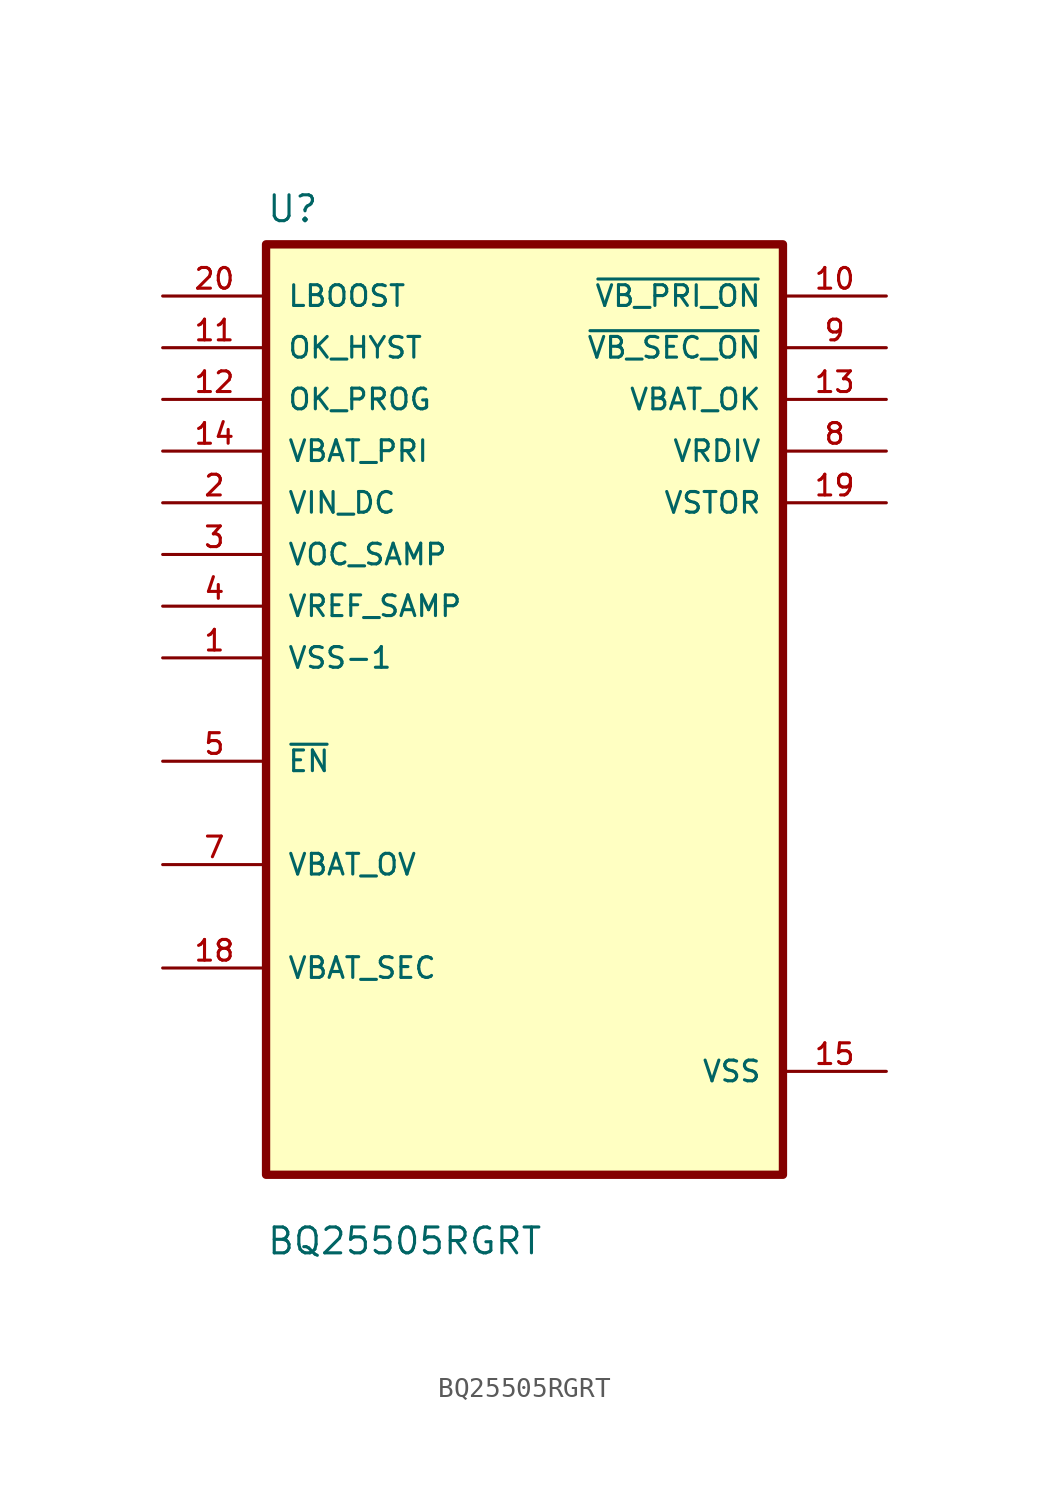
<source format=kicad_sym>
(kicad_symbol_lib
  (version 20211014)
  (generator kicad_symbol_editor)
  (symbol "BQ25505RGRT"
    (pin_names
      (offset 1.016))
    (property "Reference" "U"
      (at -12.7 23.86 0.0)
      (effects (font (size 1.27 1.27)) (justify bottom left)))
    (property "Value" "BQ25505RGRT"
      (at -12.7 -26.86 0.0)
      (effects (font (size 1.27 1.27)) (justify bottom left)))
    (symbol "BQ25505RGRT_0_0"
      (rectangle (start -12.7 -22.86) (end 12.7 22.86) (stroke (width 0.41)) (fill (type background)))
      (pin input line (at -17.78 20.32 0) (length 5.08) (name "LBOOST" (effects (font (size 1.016 1.016)))) (number "20" (effects (font (size 1.016 1.016)))))
      (pin input line (at -17.78 17.78 0) (length 5.08) (name "OK_HYST" (effects (font (size 1.016 1.016)))) (number "11" (effects (font (size 1.016 1.016)))))
      (pin input line (at -17.78 15.24 0) (length 5.08) (name "OK_PROG" (effects (font (size 1.016 1.016)))) (number "12" (effects (font (size 1.016 1.016)))))
      (pin input line (at -17.78 12.7 0) (length 5.08) (name "VBAT_PRI" (effects (font (size 1.016 1.016)))) (number "14" (effects (font (size 1.016 1.016)))))
      (pin input line (at -17.78 10.16 0) (length 5.08) (name "VIN_DC" (effects (font (size 1.016 1.016)))) (number "2" (effects (font (size 1.016 1.016)))))
      (pin input line (at -17.78 7.62 0) (length 5.08) (name "VOC_SAMP" (effects (font (size 1.016 1.016)))) (number "3" (effects (font (size 1.016 1.016)))))
      (pin input line (at -17.78 5.08 0) (length 5.08) (name "VREF_SAMP" (effects (font (size 1.016 1.016)))) (number "4" (effects (font (size 1.016 1.016)))))
      (pin input line (at -17.78 2.54 0) (length 5.08) (name "VSS-1" (effects (font (size 1.016 1.016)))) (number "1" (effects (font (size 1.016 1.016)))))
      (pin bidirectional line (at -17.78 -2.54 0) (length 5.08) (name "~{EN}" (effects (font (size 1.016 1.016)))) (number "5" (effects (font (size 1.016 1.016)))))
      (pin bidirectional line (at -17.78 -7.62 0) (length 5.08) (name "VBAT_OV" (effects (font (size 1.016 1.016)))) (number "7" (effects (font (size 1.016 1.016)))))
      (pin bidirectional line (at -17.78 -12.7 0) (length 5.08) (name "VBAT_SEC" (effects (font (size 1.016 1.016)))) (number "18" (effects (font (size 1.016 1.016)))))
      (pin output line (at 17.78 20.32 180.0) (length 5.08) (name "~{VB_PRI_ON}" (effects (font (size 1.016 1.016)))) (number "10" (effects (font (size 1.016 1.016)))))
      (pin output line (at 17.78 17.78 180.0) (length 5.08) (name "~{VB_SEC_ON}" (effects (font (size 1.016 1.016)))) (number "9" (effects (font (size 1.016 1.016)))))
      (pin output line (at 17.78 15.24 180.0) (length 5.08) (name "VBAT_OK" (effects (font (size 1.016 1.016)))) (number "13" (effects (font (size 1.016 1.016)))))
      (pin output line (at 17.78 12.7 180.0) (length 5.08) (name "VRDIV" (effects (font (size 1.016 1.016)))) (number "8" (effects (font (size 1.016 1.016)))))
      (pin output line (at 17.78 10.16 180.0) (length 5.08) (name "VSTOR" (effects (font (size 1.016 1.016)))) (number "19" (effects (font (size 1.016 1.016)))))
      (pin power_in line (at 17.78 -17.78 180.0) (length 5.08) (name "VSS" (effects (font (size 1.016 1.016)))) (number "15" (effects (font (size 1.016 1.016))))))))
</source>
